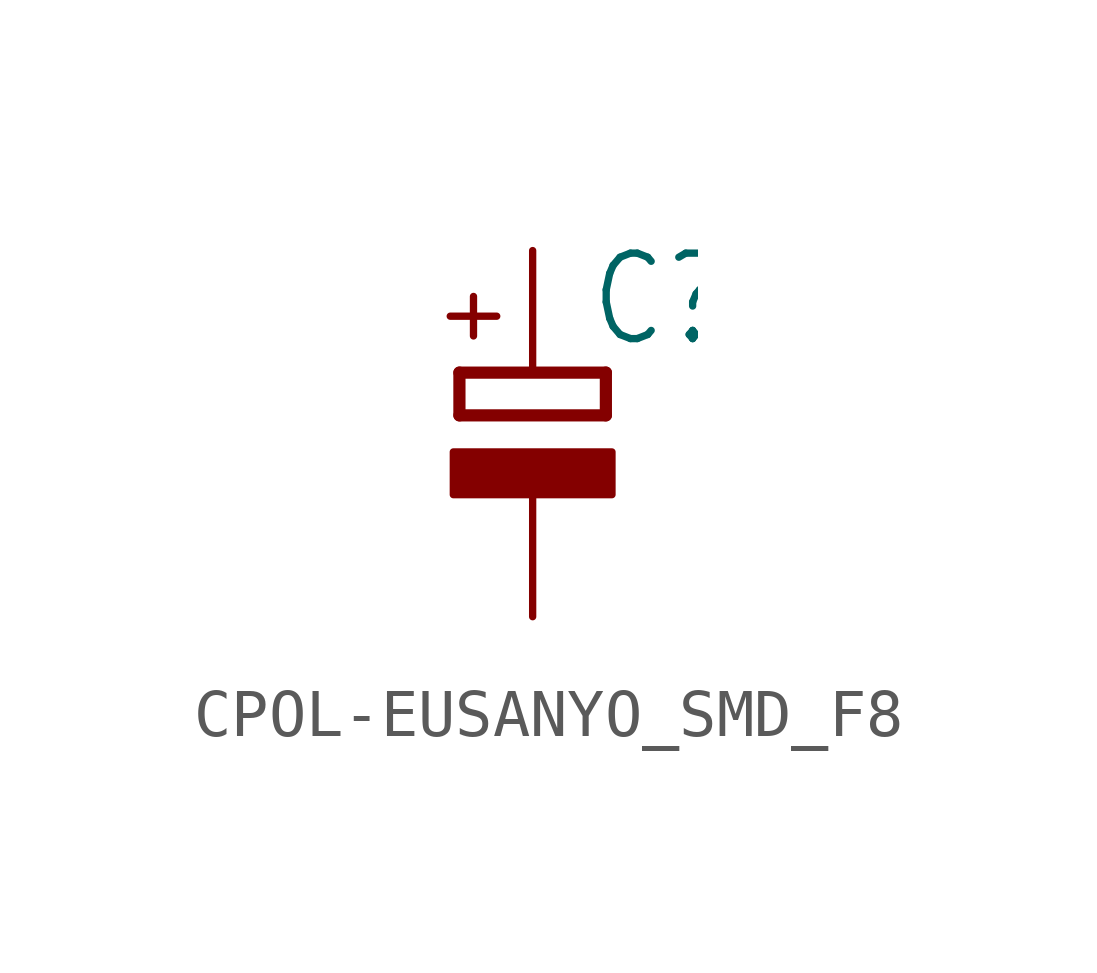
<source format=kicad_sym>
(kicad_symbol_lib
  (version 20231120)
  (generator "kicad_symbol_editor")
  (generator_version "8.0")
  (symbol "CPOL-EUSANYO_SMD_F8"
    (property "Reference" "C"
      (at 1.143 0.483 0)
      (effects (font (size 1.778 1.511)) (justify left bottom)))
    (property "Value" ""
      (at 1.143 -4.597 0)
      (effects (font (size 1.778 1.511)) (justify left bottom)))
    (property "ki_locked" ""
      (at 0 0 0)
      (effects (font (size 1.27 1.27))))
    (symbol "CPOL-EUSANYO_SMD_F8_1_0"
      (rectangle (start -1.651 -2.54) (end 1.651 -1.651) (stroke (width 0) (type default)) (fill (type outline)))
      (polyline (pts (xy -1.524 -0.889) (xy 1.524 -0.889)) (stroke (width 0.254) (type solid)) (fill (type none)))
      (polyline (pts (xy -1.524 0) (xy -1.524 -0.889)) (stroke (width 0.254) (type solid)) (fill (type none)))
      (polyline (pts (xy -1.524 0) (xy 1.524 0)) (stroke (width 0.254) (type solid)) (fill (type none)))
      (polyline (pts (xy 1.524 -0.889) (xy 1.524 0)) (stroke (width 0.254) (type solid)) (fill (type none)))
      (text "+" (at -0.584 0.406 900) (effects (font (size 1.27 1.079)) (justify left bottom)))
      (pin passive line (at 0 2.54 270) (length 2.54) (name "+" (effects (font (size 0 0)))) (number "+" (effects (font (size 0 0)))))
      (pin passive line (at 0 -5.08 90) (length 2.54) (name "-" (effects (font (size 0 0)))) (number "-" (effects (font (size 0 0))))))))
</source>
